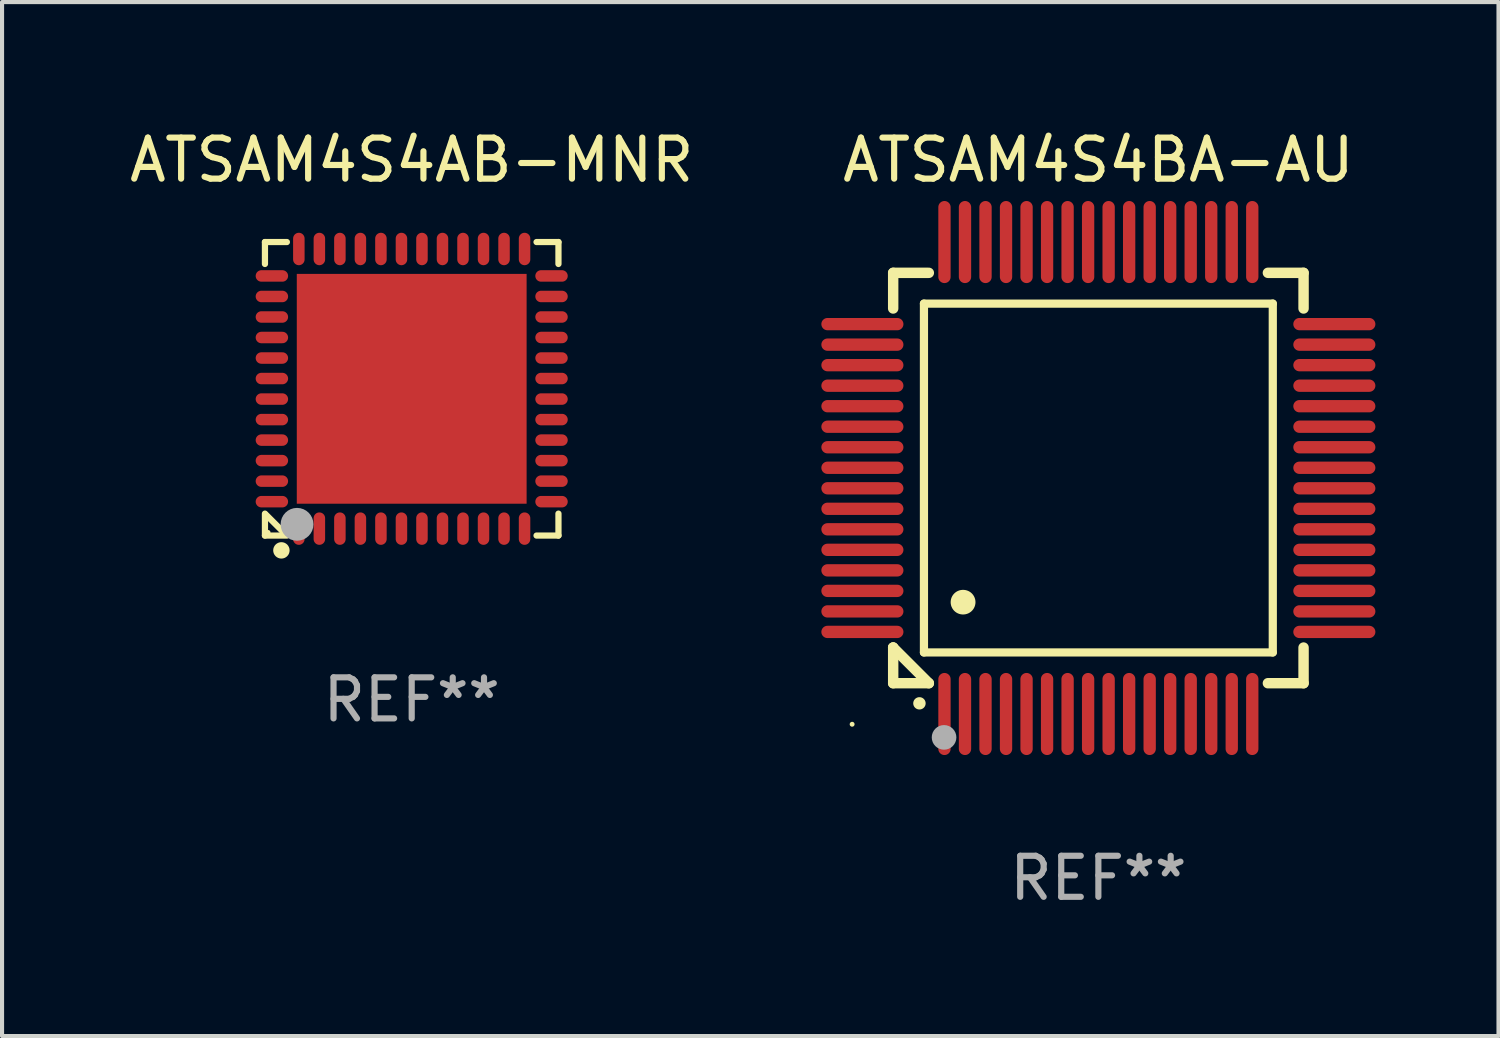
<source format=kicad_pcb>
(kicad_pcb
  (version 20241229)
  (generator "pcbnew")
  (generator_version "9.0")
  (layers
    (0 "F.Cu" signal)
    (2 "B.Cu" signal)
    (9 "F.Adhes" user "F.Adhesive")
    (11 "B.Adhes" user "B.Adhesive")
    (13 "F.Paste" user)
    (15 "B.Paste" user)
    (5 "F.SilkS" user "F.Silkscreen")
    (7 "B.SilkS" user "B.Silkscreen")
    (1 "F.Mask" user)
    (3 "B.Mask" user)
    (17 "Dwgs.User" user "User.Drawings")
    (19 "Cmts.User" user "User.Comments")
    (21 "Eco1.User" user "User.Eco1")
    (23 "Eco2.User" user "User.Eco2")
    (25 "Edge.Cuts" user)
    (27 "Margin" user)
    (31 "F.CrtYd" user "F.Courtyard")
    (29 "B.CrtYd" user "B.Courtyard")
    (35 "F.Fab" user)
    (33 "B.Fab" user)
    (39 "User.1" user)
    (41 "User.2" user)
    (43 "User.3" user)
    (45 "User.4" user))
  (footprint "ATSAM4S4BA-AU"
    (layer "F.Cu")
    (at 23.714 8.598)
    (property "Reference" "ATSAM4S4BA-AU" (at 0 -7.75 0) (layer "F.SilkS") (effects (font (size 1 1) (thickness 0.15))))
    (attr through_hole)
    (fp_line (start -5 -5) (end -4.131 -5) (stroke (width 0.254) (type solid)) (layer "F.SilkS"))
    (fp_line (start -5 -4.131) (end -5 -5) (stroke (width 0.254) (type solid)) (layer "F.SilkS"))
    (fp_line (start -5 4.131) (end -5 4.131) (stroke (width 0.254) (type solid)) (layer "F.SilkS"))
    (fp_line (start -5 5) (end -5 4.131) (stroke (width 0.254) (type solid)) (layer "F.SilkS"))
    (fp_line (start -5 4.131) (end -4.131 5) (stroke (width 0.254) (type solid)) (layer "F.SilkS"))
    (fp_line (start -4.25 -4.25) (end -4.25 4.25) (stroke (width 0.2) (type solid)) (layer "F.SilkS"))
    (fp_line (start -4.25 4.25) (end 4.25 4.25) (stroke (width 0.2) (type solid)) (layer "F.SilkS"))
    (fp_line (start -4.131 5) (end -5 5) (stroke (width 0.254) (type solid)) (layer "F.SilkS"))
    (fp_line (start 4.25 -4.25) (end -4.25 -4.25) (stroke (width 0.2) (type solid)) (layer "F.SilkS"))
    (fp_line (start 4.25 4.25) (end 4.25 -4.25) (stroke (width 0.2) (type solid)) (layer "F.SilkS"))
    (fp_line (start 5 -5) (end 4.131 -5) (stroke (width 0.254) (type solid)) (layer "F.SilkS"))
    (fp_line (start 5 -5) (end 5 -4.131) (stroke (width 0.254) (type solid)) (layer "F.SilkS"))
    (fp_line (start 5 4.131) (end 5 5) (stroke (width 0.254) (type solid)) (layer "F.SilkS"))
    (fp_line (start 5 5) (end 4.131 5) (stroke (width 0.254) (type solid)) (layer "F.SilkS"))
    (fp_arc (start -4.361265 5.489992) (mid -4.359995 5.489987) (end -4.358725 5.489992) (stroke (width 0.3) (type solid)) (layer "F.SilkS"))
    (fp_arc (start -3.299467 3.025146) (mid -3.296927 3.025135) (end -3.294387 3.025146) (stroke (width 0.6) (type solid)) (layer "F.SilkS"))
    (fp_circle (center -6 6) (end -5.97 6) (stroke (width 0.06) (type solid)) (fill no) (layer "F.SilkS"))
    (fp_circle (center -3.76 6.32) (end -3.61 6.32) (stroke (width 0.3) (type solid)) (fill no) (layer "F.Fab"))
    (fp_text user "REF**" (at 0 9.75 0) (layer "F.Fab") (effects (font (size 1 1) (thickness 0.15))))
    (pad "1" smd oval (at -3.75 5.75) (size 0.3 2) (layers "F.Cu" "F.Mask" "F.Paste"))
    (pad "2" smd oval (at -3.25 5.75) (size 0.3 2) (layers "F.Cu" "F.Mask" "F.Paste"))
    (pad "3" smd oval (at -2.75 5.75) (size 0.3 2) (layers "F.Cu" "F.Mask" "F.Paste"))
    (pad "4" smd oval (at -2.25 5.75) (size 0.3 2) (layers "F.Cu" "F.Mask" "F.Paste"))
    (pad "5" smd oval (at -1.75 5.75) (size 0.3 2) (layers "F.Cu" "F.Mask" "F.Paste"))
    (pad "6" smd oval (at -1.25 5.75) (size 0.3 2) (layers "F.Cu" "F.Mask" "F.Paste"))
    (pad "7" smd oval (at -0.75 5.75) (size 0.3 2) (layers "F.Cu" "F.Mask" "F.Paste"))
    (pad "8" smd oval (at -0.25 5.75) (size 0.3 2) (layers "F.Cu" "F.Mask" "F.Paste"))
    (pad "9" smd oval (at 0.25 5.75) (size 0.3 2) (layers "F.Cu" "F.Mask" "F.Paste"))
    (pad "10" smd oval (at 0.75 5.75) (size 0.3 2) (layers "F.Cu" "F.Mask" "F.Paste"))
    (pad "11" smd oval (at 1.25 5.75) (size 0.3 2) (layers "F.Cu" "F.Mask" "F.Paste"))
    (pad "12" smd oval (at 1.75 5.75) (size 0.3 2) (layers "F.Cu" "F.Mask" "F.Paste"))
    (pad "13" smd oval (at 2.25 5.75) (size 0.3 2) (layers "F.Cu" "F.Mask" "F.Paste"))
    (pad "14" smd oval (at 2.75 5.75) (size 0.3 2) (layers "F.Cu" "F.Mask" "F.Paste"))
    (pad "15" smd oval (at 3.25 5.75) (size 0.3 2) (layers "F.Cu" "F.Mask" "F.Paste"))
    (pad "16" smd oval (at 3.75 5.75) (size 0.3 2) (layers "F.Cu" "F.Mask" "F.Paste"))
    (pad "17" smd oval (at 5.75 3.75) (size 2 0.3) (layers "F.Cu" "F.Mask" "F.Paste"))
    (pad "18" smd oval (at 5.75 3.25) (size 2 0.3) (layers "F.Cu" "F.Mask" "F.Paste"))
    (pad "19" smd oval (at 5.75 2.75) (size 2 0.3) (layers "F.Cu" "F.Mask" "F.Paste"))
    (pad "20" smd oval (at 5.75 2.25) (size 2 0.3) (layers "F.Cu" "F.Mask" "F.Paste"))
    (pad "21" smd oval (at 5.75 1.75) (size 2 0.3) (layers "F.Cu" "F.Mask" "F.Paste"))
    (pad "22" smd oval (at 5.75 1.25) (size 2 0.3) (layers "F.Cu" "F.Mask" "F.Paste"))
    (pad "23" smd oval (at 5.75 0.75) (size 2 0.3) (layers "F.Cu" "F.Mask" "F.Paste"))
    (pad "24" smd oval (at 5.75 0.25) (size 2 0.3) (layers "F.Cu" "F.Mask" "F.Paste"))
    (pad "25" smd oval (at 5.75 -0.25) (size 2 0.3) (layers "F.Cu" "F.Mask" "F.Paste"))
    (pad "26" smd oval (at 5.75 -0.75) (size 2 0.3) (layers "F.Cu" "F.Mask" "F.Paste"))
    (pad "27" smd oval (at 5.75 -1.25) (size 2 0.3) (layers "F.Cu" "F.Mask" "F.Paste"))
    (pad "28" smd oval (at 5.75 -1.75) (size 2 0.3) (layers "F.Cu" "F.Mask" "F.Paste"))
    (pad "29" smd oval (at 5.75 -2.25) (size 2 0.3) (layers "F.Cu" "F.Mask" "F.Paste"))
    (pad "30" smd oval (at 5.75 -2.75) (size 2 0.3) (layers "F.Cu" "F.Mask" "F.Paste"))
    (pad "31" smd oval (at 5.75 -3.25) (size 2 0.3) (layers "F.Cu" "F.Mask" "F.Paste"))
    (pad "32" smd oval (at 5.75 -3.75) (size 2 0.3) (layers "F.Cu" "F.Mask" "F.Paste"))
    (pad "33" smd oval (at 3.75 -5.75) (size 0.3 2) (layers "F.Cu" "F.Mask" "F.Paste"))
    (pad "34" smd oval (at 3.25 -5.75) (size 0.3 2) (layers "F.Cu" "F.Mask" "F.Paste"))
    (pad "35" smd oval (at 2.75 -5.75) (size 0.3 2) (layers "F.Cu" "F.Mask" "F.Paste"))
    (pad "36" smd oval (at 2.25 -5.75) (size 0.3 2) (layers "F.Cu" "F.Mask" "F.Paste"))
    (pad "37" smd oval (at 1.75 -5.75) (size 0.3 2) (layers "F.Cu" "F.Mask" "F.Paste"))
    (pad "38" smd oval (at 1.25 -5.75) (size 0.3 2) (layers "F.Cu" "F.Mask" "F.Paste"))
    (pad "39" smd oval (at 0.75 -5.75) (size 0.3 2) (layers "F.Cu" "F.Mask" "F.Paste"))
    (pad "40" smd oval (at 0.25 -5.75) (size 0.3 2) (layers "F.Cu" "F.Mask" "F.Paste"))
    (pad "41" smd oval (at -0.25 -5.75) (size 0.3 2) (layers "F.Cu" "F.Mask" "F.Paste"))
    (pad "42" smd oval (at -0.75 -5.75) (size 0.3 2) (layers "F.Cu" "F.Mask" "F.Paste"))
    (pad "43" smd oval (at -1.25 -5.75) (size 0.3 2) (layers "F.Cu" "F.Mask" "F.Paste"))
    (pad "44" smd oval (at -1.75 -5.75) (size 0.3 2) (layers "F.Cu" "F.Mask" "F.Paste"))
    (pad "45" smd oval (at -2.25 -5.75) (size 0.3 2) (layers "F.Cu" "F.Mask" "F.Paste"))
    (pad "46" smd oval (at -2.75 -5.75) (size 0.3 2) (layers "F.Cu" "F.Mask" "F.Paste"))
    (pad "47" smd oval (at -3.25 -5.75) (size 0.3 2) (layers "F.Cu" "F.Mask" "F.Paste"))
    (pad "48" smd oval (at -3.75 -5.75) (size 0.3 2) (layers "F.Cu" "F.Mask" "F.Paste"))
    (pad "49" smd oval (at -5.75 -3.75) (size 2 0.3) (layers "F.Cu" "F.Mask" "F.Paste"))
    (pad "50" smd oval (at -5.75 -3.25) (size 2 0.3) (layers "F.Cu" "F.Mask" "F.Paste"))
    (pad "51" smd oval (at -5.75 -2.75) (size 2 0.3) (layers "F.Cu" "F.Mask" "F.Paste"))
    (pad "52" smd oval (at -5.75 -2.25) (size 2 0.3) (layers "F.Cu" "F.Mask" "F.Paste"))
    (pad "53" smd oval (at -5.75 -1.75) (size 2 0.3) (layers "F.Cu" "F.Mask" "F.Paste"))
    (pad "54" smd oval (at -5.75 -1.25) (size 2 0.3) (layers "F.Cu" "F.Mask" "F.Paste"))
    (pad "55" smd oval (at -5.75 -0.75) (size 2 0.3) (layers "F.Cu" "F.Mask" "F.Paste"))
    (pad "56" smd oval (at -5.75 -0.25) (size 2 0.3) (layers "F.Cu" "F.Mask" "F.Paste"))
    (pad "57" smd oval (at -5.75 0.25) (size 2 0.3) (layers "F.Cu" "F.Mask" "F.Paste"))
    (pad "58" smd oval (at -5.75 0.75) (size 2 0.3) (layers "F.Cu" "F.Mask" "F.Paste"))
    (pad "59" smd oval (at -5.75 1.25) (size 2 0.3) (layers "F.Cu" "F.Mask" "F.Paste"))
    (pad "60" smd oval (at -5.75 1.75) (size 2 0.3) (layers "F.Cu" "F.Mask" "F.Paste"))
    (pad "61" smd oval (at -5.75 2.25) (size 2 0.3) (layers "F.Cu" "F.Mask" "F.Paste"))
    (pad "62" smd oval (at -5.75 2.75) (size 2 0.3) (layers "F.Cu" "F.Mask" "F.Paste"))
    (pad "63" smd oval (at -5.75 3.25) (size 2 0.3) (layers "F.Cu" "F.Mask" "F.Paste"))
    (pad "64" smd oval (at -5.75 3.75) (size 2 0.3) (layers "F.Cu" "F.Mask" "F.Paste")))
  (footprint "ATSAM4S4AB-MNR"
    (layer "F.Cu")
    (at 6.982 6.424)
    (property "Reference" "ATSAM4S4AB-MNR" (at 0 -5.576 0) (layer "F.SilkS") (effects (font (size 1 1) (thickness 0.15))))
    (attr through_hole)
    (fp_line (start -3.576 -3.576) (end -3.576 -3.042) (stroke (width 0.152) (type solid)) (layer "F.SilkS"))
    (fp_line (start -3.576 3.576) (end -3.576 3.042) (stroke (width 0.152) (type solid)) (layer "F.SilkS"))
    (fp_line (start -3.069 3.549) (end -3.549 3.069) (stroke (width 0.152) (type solid)) (layer "F.SilkS"))
    (fp_line (start -3.042 -3.576) (end -3.576 -3.576) (stroke (width 0.152) (type solid)) (layer "F.SilkS"))
    (fp_line (start -3.042 3.576) (end -3.576 3.576) (stroke (width 0.152) (type solid)) (layer "F.SilkS"))
    (fp_line (start 3.042 -3.576) (end 3.576 -3.576) (stroke (width 0.152) (type solid)) (layer "F.SilkS"))
    (fp_line (start 3.042 3.576) (end 3.576 3.576) (stroke (width 0.152) (type solid)) (layer "F.SilkS"))
    (fp_line (start 3.576 -3.576) (end 3.576 -3.042) (stroke (width 0.152) (type solid)) (layer "F.SilkS"))
    (fp_line (start 3.576 3.576) (end 3.576 3.042) (stroke (width 0.152) (type solid)) (layer "F.SilkS"))
    (fp_circle (center -3.5 3.5) (end -3.47 3.5) (stroke (width 0.06) (type solid)) (fill no) (layer "F.SilkS"))
    (fp_circle (center -3.175 3.937) (end -3.075 3.937) (stroke (width 0.2) (type solid)) (fill no) (layer "F.SilkS"))
    (fp_circle (center -2.794 3.302) (end -2.594 3.302) (stroke (width 0.4) (type solid)) (fill no) (layer "F.Fab"))
    (fp_text user "REF**" (at 0 7.576 0) (layer "F.Fab") (effects (font (size 1 1) (thickness 0.15))))
    (pad "1" smd oval (at -2.75 3.407) (size 0.28 0.79) (layers "F.Cu" "F.Mask" "F.Paste"))
    (pad "2" smd oval (at -2.25 3.407) (size 0.28 0.79) (layers "F.Cu" "F.Mask" "F.Paste"))
    (pad "3" smd oval (at -1.75 3.407) (size 0.28 0.79) (layers "F.Cu" "F.Mask" "F.Paste"))
    (pad "4" smd oval (at -1.25 3.407) (size 0.28 0.79) (layers "F.Cu" "F.Mask" "F.Paste"))
    (pad "5" smd oval (at -0.75 3.407) (size 0.28 0.79) (layers "F.Cu" "F.Mask" "F.Paste"))
    (pad "6" smd oval (at -0.25 3.407) (size 0.28 0.79) (layers "F.Cu" "F.Mask" "F.Paste"))
    (pad "7" smd oval (at 0.25 3.407) (size 0.28 0.79) (layers "F.Cu" "F.Mask" "F.Paste"))
    (pad "8" smd oval (at 0.75 3.407) (size 0.28 0.79) (layers "F.Cu" "F.Mask" "F.Paste"))
    (pad "9" smd oval (at 1.25 3.407) (size 0.28 0.79) (layers "F.Cu" "F.Mask" "F.Paste"))
    (pad "10" smd oval (at 1.75 3.407) (size 0.28 0.79) (layers "F.Cu" "F.Mask" "F.Paste"))
    (pad "11" smd oval (at 2.25 3.407) (size 0.28 0.79) (layers "F.Cu" "F.Mask" "F.Paste"))
    (pad "12" smd oval (at 2.75 3.407) (size 0.28 0.79) (layers "F.Cu" "F.Mask" "F.Paste"))
    (pad "13" smd oval (at 3.407 2.75) (size 0.79 0.28) (layers "F.Cu" "F.Mask" "F.Paste"))
    (pad "14" smd oval (at 3.407 2.25) (size 0.79 0.28) (layers "F.Cu" "F.Mask" "F.Paste"))
    (pad "15" smd oval (at 3.407 1.75) (size 0.79 0.28) (layers "F.Cu" "F.Mask" "F.Paste"))
    (pad "16" smd oval (at 3.407 1.25) (size 0.79 0.28) (layers "F.Cu" "F.Mask" "F.Paste"))
    (pad "17" smd oval (at 3.407 0.75) (size 0.79 0.28) (layers "F.Cu" "F.Mask" "F.Paste"))
    (pad "18" smd oval (at 3.407 0.25) (size 0.79 0.28) (layers "F.Cu" "F.Mask" "F.Paste"))
    (pad "19" smd oval (at 3.407 -0.25) (size 0.79 0.28) (layers "F.Cu" "F.Mask" "F.Paste"))
    (pad "20" smd oval (at 3.407 -0.75) (size 0.79 0.28) (layers "F.Cu" "F.Mask" "F.Paste"))
    (pad "21" smd oval (at 3.407 -1.25) (size 0.79 0.28) (layers "F.Cu" "F.Mask" "F.Paste"))
    (pad "22" smd oval (at 3.407 -1.75) (size 0.79 0.28) (layers "F.Cu" "F.Mask" "F.Paste"))
    (pad "23" smd oval (at 3.407 -2.25) (size 0.79 0.28) (layers "F.Cu" "F.Mask" "F.Paste"))
    (pad "24" smd oval (at 3.407 -2.75) (size 0.79 0.28) (layers "F.Cu" "F.Mask" "F.Paste"))
    (pad "25" smd oval (at 2.75 -3.407) (size 0.28 0.79) (layers "F.Cu" "F.Mask" "F.Paste"))
    (pad "26" smd oval (at 2.25 -3.407) (size 0.28 0.79) (layers "F.Cu" "F.Mask" "F.Paste"))
    (pad "27" smd oval (at 1.75 -3.407) (size 0.28 0.79) (layers "F.Cu" "F.Mask" "F.Paste"))
    (pad "28" smd oval (at 1.25 -3.407) (size 0.28 0.79) (layers "F.Cu" "F.Mask" "F.Paste"))
    (pad "29" smd oval (at 0.75 -3.407) (size 0.28 0.79) (layers "F.Cu" "F.Mask" "F.Paste"))
    (pad "30" smd oval (at 0.25 -3.407) (size 0.28 0.79) (layers "F.Cu" "F.Mask" "F.Paste"))
    (pad "31" smd oval (at -0.25 -3.407) (size 0.28 0.79) (layers "F.Cu" "F.Mask" "F.Paste"))
    (pad "32" smd oval (at -0.75 -3.407) (size 0.28 0.79) (layers "F.Cu" "F.Mask" "F.Paste"))
    (pad "33" smd oval (at -1.25 -3.407) (size 0.28 0.79) (layers "F.Cu" "F.Mask" "F.Paste"))
    (pad "34" smd oval (at -1.75 -3.407) (size 0.28 0.79) (layers "F.Cu" "F.Mask" "F.Paste"))
    (pad "35" smd oval (at -2.25 -3.407) (size 0.28 0.79) (layers "F.Cu" "F.Mask" "F.Paste"))
    (pad "36" smd oval (at -2.75 -3.407) (size 0.28 0.79) (layers "F.Cu" "F.Mask" "F.Paste"))
    (pad "37" smd oval (at -3.407 -2.75) (size 0.79 0.28) (layers "F.Cu" "F.Mask" "F.Paste"))
    (pad "38" smd oval (at -3.407 -2.25) (size 0.79 0.28) (layers "F.Cu" "F.Mask" "F.Paste"))
    (pad "39" smd oval (at -3.407 -1.75) (size 0.79 0.28) (layers "F.Cu" "F.Mask" "F.Paste"))
    (pad "40" smd oval (at -3.407 -1.25) (size 0.79 0.28) (layers "F.Cu" "F.Mask" "F.Paste"))
    (pad "41" smd oval (at -3.407 -0.75) (size 0.79 0.28) (layers "F.Cu" "F.Mask" "F.Paste"))
    (pad "42" smd oval (at -3.407 -0.25) (size 0.79 0.28) (layers "F.Cu" "F.Mask" "F.Paste"))
    (pad "43" smd oval (at -3.407 0.25) (size 0.79 0.28) (layers "F.Cu" "F.Mask" "F.Paste"))
    (pad "44" smd oval (at -3.407 0.75) (size 0.79 0.28) (layers "F.Cu" "F.Mask" "F.Paste"))
    (pad "45" smd oval (at -3.407 1.25) (size 0.79 0.28) (layers "F.Cu" "F.Mask" "F.Paste"))
    (pad "46" smd oval (at -3.407 1.75) (size 0.79 0.28) (layers "F.Cu" "F.Mask" "F.Paste"))
    (pad "47" smd oval (at -3.407 2.25) (size 0.79 0.28) (layers "F.Cu" "F.Mask" "F.Paste"))
    (pad "48" smd oval (at -3.407 2.75) (size 0.79 0.28) (layers "F.Cu" "F.Mask" "F.Paste"))
    (pad "49" smd rect (at 0 0) (size 5.6 5.6) (layers "F.Cu" "F.Mask" "F.Paste")))
  (gr_rect
    (start -3 -3)
    (end 33.464 22.196)
    (stroke (width 0.1) (type default))
    (fill no)
    (layer "Edge.Cuts")))
</source>
